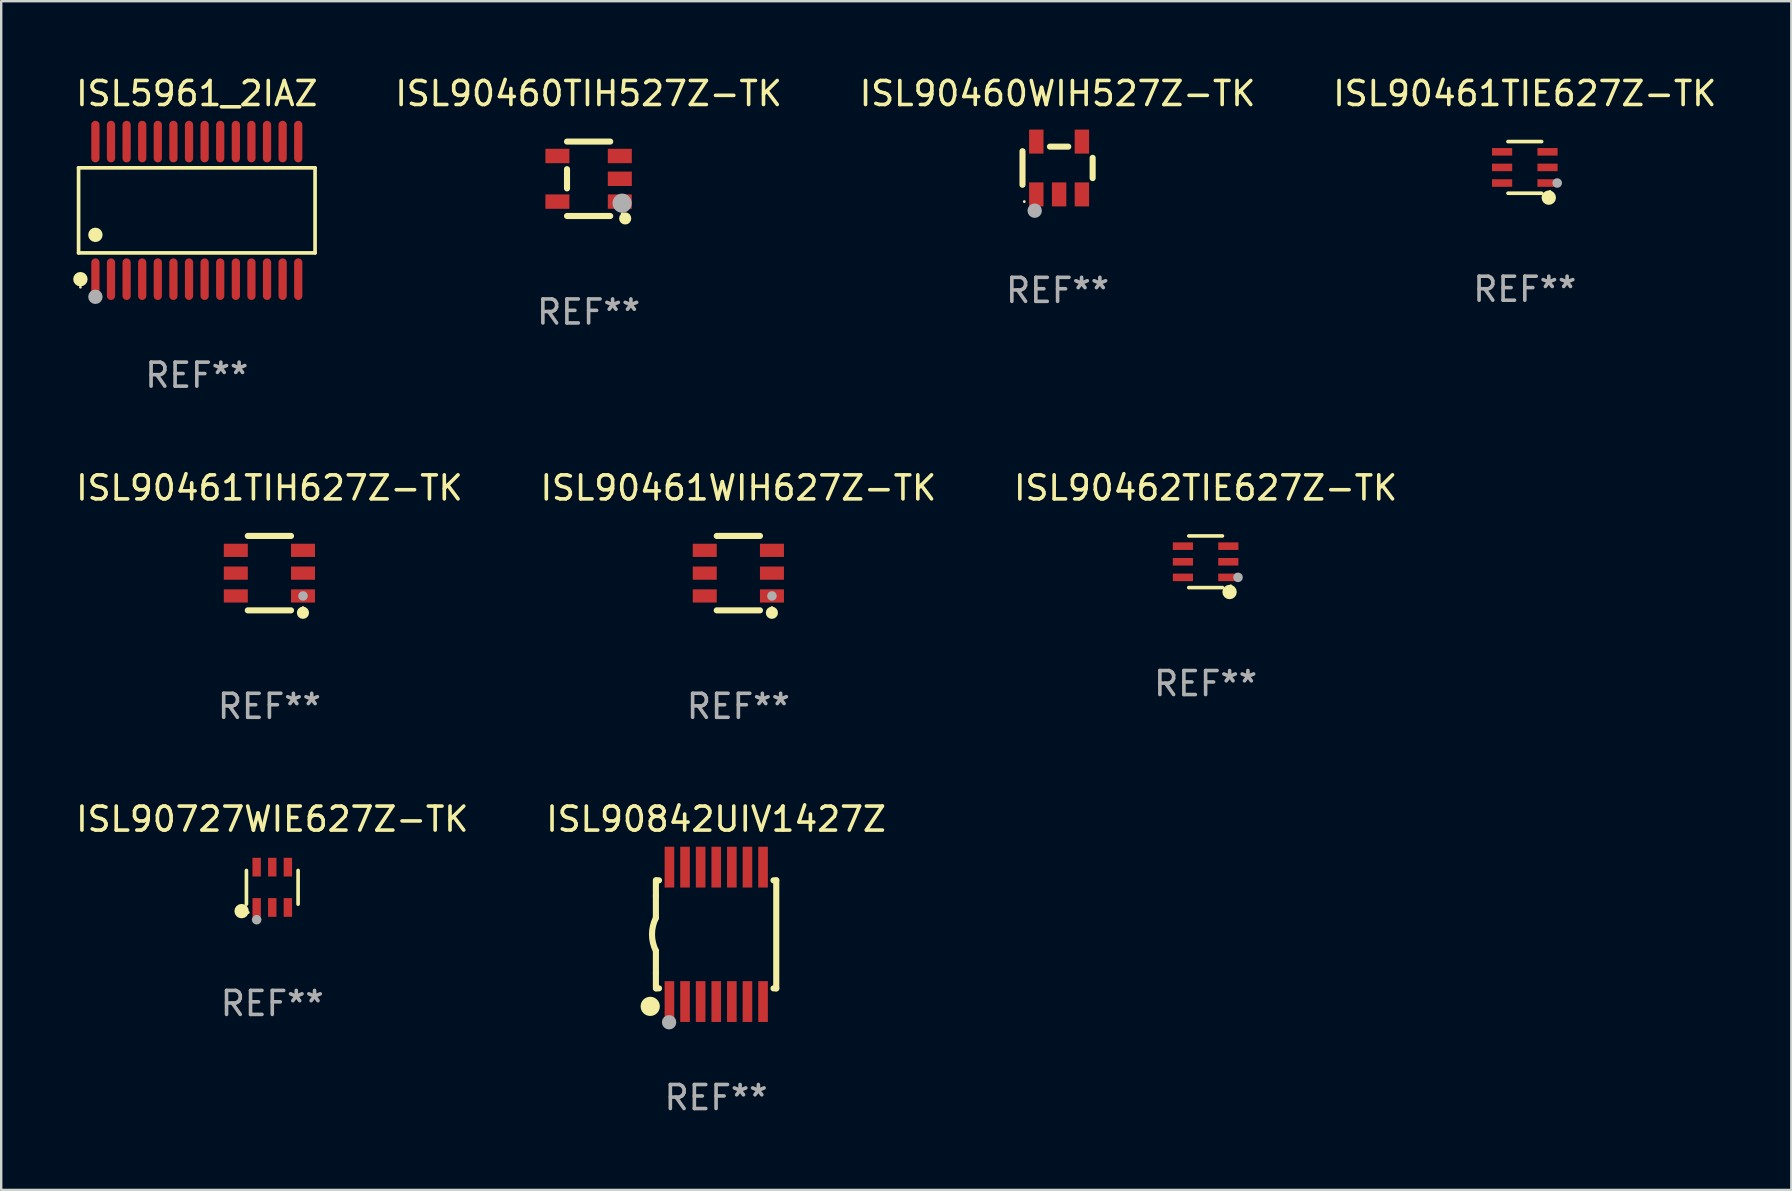
<source format=kicad_pcb>
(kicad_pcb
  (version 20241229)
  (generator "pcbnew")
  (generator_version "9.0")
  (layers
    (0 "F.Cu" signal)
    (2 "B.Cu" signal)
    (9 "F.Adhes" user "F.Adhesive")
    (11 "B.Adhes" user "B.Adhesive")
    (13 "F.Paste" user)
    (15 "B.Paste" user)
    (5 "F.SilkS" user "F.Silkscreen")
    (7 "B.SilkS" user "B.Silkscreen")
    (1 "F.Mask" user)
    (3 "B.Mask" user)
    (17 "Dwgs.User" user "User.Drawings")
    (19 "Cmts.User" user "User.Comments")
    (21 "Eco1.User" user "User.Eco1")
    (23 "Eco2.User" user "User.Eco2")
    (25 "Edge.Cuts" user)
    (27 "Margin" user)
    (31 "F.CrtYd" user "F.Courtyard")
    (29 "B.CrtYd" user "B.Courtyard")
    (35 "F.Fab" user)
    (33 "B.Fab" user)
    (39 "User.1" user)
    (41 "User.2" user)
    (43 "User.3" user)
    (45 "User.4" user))
  (footprint "ISL90842UIV1427Z"
    (layer "F.Cu")
    (at 26.78 35.873)
    (property "Reference" "ISL90842UIV1427Z" (at 0 -4.8 0) (layer "F.SilkS") (effects (font (size 1 1) (thickness 0.15))))
    (attr through_hole)
    (fp_line (start -2.507 -1.6) (end -2.507 -2.25) (stroke (width 0.254) (type solid)) (layer "F.SilkS"))
    (fp_line (start -2.507 -0.686) (end -2.507 -1.6) (stroke (width 0.254) (type solid)) (layer "F.SilkS"))
    (fp_line (start -2.507 1.6) (end -2.507 0.686) (stroke (width 0.254) (type solid)) (layer "F.SilkS"))
    (fp_line (start -2.507 1.6) (end -2.507 2.25) (stroke (width 0.254) (type solid)) (layer "F.SilkS"))
    (fp_line (start -2.493 -2.25) (end -2.377 -2.25) (stroke (width 0.254) (type solid)) (layer "F.SilkS"))
    (fp_line (start -2.377 2.25) (end -2.493 2.25) (stroke (width 0.254) (type solid)) (layer "F.SilkS"))
    (fp_line (start 2.392 -2.25) (end 2.507 -2.25) (stroke (width 0.254) (type solid)) (layer "F.SilkS"))
    (fp_line (start 2.507 -2.25) (end 2.507 2.25) (stroke (width 0.254) (type solid)) (layer "F.SilkS"))
    (fp_line (start 2.507 2.25) (end 2.392 2.25) (stroke (width 0.254) (type solid)) (layer "F.SilkS"))
    (fp_arc (start -2.507303 0.685802) (mid -2.669199 0) (end -2.507303 -0.685801) (stroke (width 0.254001) (type solid)) (layer "F.SilkS"))
    (fp_circle (center -2.743 3) (end -2.543 3) (stroke (width 0.4) (type solid)) (fill no) (layer "F.SilkS"))
    (fp_circle (center -2.493 3.2) (end -2.463 3.2) (stroke (width 0.06) (type solid)) (fill no) (layer "F.SilkS"))
    (fp_circle (center -1.957 3.662) (end -1.807 3.662) (stroke (width 0.3) (type solid)) (fill no) (layer "F.Fab"))
    (fp_text user "REF**" (at 0 6.8 0) (layer "F.Fab") (effects (font (size 1 1) (thickness 0.15))))
    (pad "1" smd rect (at -1.943 2.8) (size 0.4 1.7) (layers "F.Cu" "F.Mask" "F.Paste"))
    (pad "2" smd rect (at -1.293 2.8) (size 0.4 1.7) (layers "F.Cu" "F.Mask" "F.Paste"))
    (pad "3" smd rect (at -0.643 2.8) (size 0.4 1.7) (layers "F.Cu" "F.Mask" "F.Paste"))
    (pad "4" smd rect (at 0.007 2.8) (size 0.4 1.7) (layers "F.Cu" "F.Mask" "F.Paste"))
    (pad "5" smd rect (at 0.657 2.8) (size 0.4 1.7) (layers "F.Cu" "F.Mask" "F.Paste"))
    (pad "6" smd rect (at 1.307 2.8) (size 0.4 1.7) (layers "F.Cu" "F.Mask" "F.Paste"))
    (pad "7" smd rect (at 1.957 2.8) (size 0.4 1.7) (layers "F.Cu" "F.Mask" "F.Paste"))
    (pad "8" smd rect (at 1.957 -2.8) (size 0.4 1.7) (layers "F.Cu" "F.Mask" "F.Paste"))
    (pad "9" smd rect (at 1.307 -2.8) (size 0.4 1.7) (layers "F.Cu" "F.Mask" "F.Paste"))
    (pad "10" smd rect (at 0.657 -2.8) (size 0.4 1.7) (layers "F.Cu" "F.Mask" "F.Paste"))
    (pad "11" smd rect (at 0.007 -2.8) (size 0.4 1.7) (layers "F.Cu" "F.Mask" "F.Paste"))
    (pad "12" smd rect (at -0.643 -2.8) (size 0.4 1.7) (layers "F.Cu" "F.Mask" "F.Paste"))
    (pad "13" smd rect (at -1.293 -2.8) (size 0.4 1.7) (layers "F.Cu" "F.Mask" "F.Paste"))
    (pad "14" smd rect (at -1.943 -2.8) (size 0.4 1.7) (layers "F.Cu" "F.Mask" "F.Paste")))
  (footprint "ISL5961_2IAZ"
    (layer "F.Cu")
    (at 5.149 5.714)
    (property "Reference" "ISL5961_2IAZ" (at 0 -4.866 0) (layer "F.SilkS") (effects (font (size 1 1) (thickness 0.15))))
    (attr through_hole)
    (fp_line (start -4.926 -1.772) (end 4.926 -1.772) (stroke (width 0.152) (type solid)) (layer "F.SilkS"))
    (fp_line (start -4.926 1.771) (end -4.926 -1.772) (stroke (width 0.152) (type solid)) (layer "F.SilkS"))
    (fp_line (start 4.926 -1.772) (end 4.926 1.771) (stroke (width 0.152) (type solid)) (layer "F.SilkS"))
    (fp_line (start 4.926 1.771) (end -4.926 1.771) (stroke (width 0.152) (type solid)) (layer "F.SilkS"))
    (fp_circle (center -4.85 3.2) (end -4.82 3.2) (stroke (width 0.06) (type solid)) (fill no) (layer "F.SilkS"))
    (fp_circle (center -4.849 2.866) (end -4.699 2.866) (stroke (width 0.3) (type solid)) (fill no) (layer "F.SilkS"))
    (fp_circle (center -4.225 1.019) (end -4.075 1.019) (stroke (width 0.3) (type solid)) (fill no) (layer "F.SilkS"))
    (fp_circle (center -4.225 3.6) (end -4.075 3.6) (stroke (width 0.3) (type solid)) (fill no) (layer "F.Fab"))
    (fp_text user "REF**" (at 0 6.866 0) (layer "F.Fab") (effects (font (size 1 1) (thickness 0.15))))
    (pad "1" smd oval (at -4.225 2.866) (size 0.343 1.731) (layers "F.Cu" "F.Mask" "F.Paste"))
    (pad "2" smd oval (at -3.575 2.866) (size 0.343 1.731) (layers "F.Cu" "F.Mask" "F.Paste"))
    (pad "3" smd oval (at -2.925 2.866) (size 0.343 1.731) (layers "F.Cu" "F.Mask" "F.Paste"))
    (pad "4" smd oval (at -2.275 2.866) (size 0.343 1.731) (layers "F.Cu" "F.Mask" "F.Paste"))
    (pad "5" smd oval (at -1.625 2.866) (size 0.343 1.731) (layers "F.Cu" "F.Mask" "F.Paste"))
    (pad "6" smd oval (at -0.975 2.866) (size 0.343 1.731) (layers "F.Cu" "F.Mask" "F.Paste"))
    (pad "7" smd oval (at -0.325 2.866) (size 0.343 1.731) (layers "F.Cu" "F.Mask" "F.Paste"))
    (pad "8" smd oval (at 0.325 2.866) (size 0.343 1.731) (layers "F.Cu" "F.Mask" "F.Paste"))
    (pad "9" smd oval (at 0.975 2.866) (size 0.343 1.731) (layers "F.Cu" "F.Mask" "F.Paste"))
    (pad "10" smd oval (at 1.625 2.866) (size 0.343 1.731) (layers "F.Cu" "F.Mask" "F.Paste"))
    (pad "11" smd oval (at 2.275 2.866) (size 0.343 1.731) (layers "F.Cu" "F.Mask" "F.Paste"))
    (pad "12" smd oval (at 2.925 2.866) (size 0.343 1.731) (layers "F.Cu" "F.Mask" "F.Paste"))
    (pad "13" smd oval (at 3.575 2.866) (size 0.343 1.731) (layers "F.Cu" "F.Mask" "F.Paste"))
    (pad "14" smd oval (at 4.225 2.866) (size 0.343 1.731) (layers "F.Cu" "F.Mask" "F.Paste"))
    (pad "15" smd oval (at 4.225 -2.866) (size 0.343 1.731) (layers "F.Cu" "F.Mask" "F.Paste"))
    (pad "16" smd oval (at 3.575 -2.866) (size 0.343 1.731) (layers "F.Cu" "F.Mask" "F.Paste"))
    (pad "17" smd oval (at 2.925 -2.866) (size 0.343 1.731) (layers "F.Cu" "F.Mask" "F.Paste"))
    (pad "18" smd oval (at 2.275 -2.866) (size 0.343 1.731) (layers "F.Cu" "F.Mask" "F.Paste"))
    (pad "19" smd oval (at 1.625 -2.866) (size 0.343 1.731) (layers "F.Cu" "F.Mask" "F.Paste"))
    (pad "20" smd oval (at 0.975 -2.866) (size 0.343 1.731) (layers "F.Cu" "F.Mask" "F.Paste"))
    (pad "21" smd oval (at 0.325 -2.866) (size 0.343 1.731) (layers "F.Cu" "F.Mask" "F.Paste"))
    (pad "22" smd oval (at -0.325 -2.866) (size 0.343 1.731) (layers "F.Cu" "F.Mask" "F.Paste"))
    (pad "23" smd oval (at -0.975 -2.866) (size 0.343 1.731) (layers "F.Cu" "F.Mask" "F.Paste"))
    (pad "24" smd oval (at -1.625 -2.866) (size 0.343 1.731) (layers "F.Cu" "F.Mask" "F.Paste"))
    (pad "25" smd oval (at -2.275 -2.866) (size 0.343 1.731) (layers "F.Cu" "F.Mask" "F.Paste"))
    (pad "26" smd oval (at -2.925 -2.866) (size 0.343 1.731) (layers "F.Cu" "F.Mask" "F.Paste"))
    (pad "27" smd oval (at -3.575 -2.866) (size 0.343 1.731) (layers "F.Cu" "F.Mask" "F.Paste"))
    (pad "28" smd oval (at -4.225 -2.866) (size 0.343 1.731) (layers "F.Cu" "F.Mask" "F.Paste")))
  (footprint "ISL90727WIE627Z-TK"
    (layer "F.Cu")
    (at 8.292 33.913)
    (property "Reference" "ISL90727WIE627Z-TK" (at 0 -2.84 0) (layer "F.SilkS") (effects (font (size 1 1) (thickness 0.15))))
    (attr through_hole)
    (fp_line (start -1.076 0.701) (end -1.076 -0.701) (stroke (width 0.152) (type solid)) (layer "F.SilkS"))
    (fp_line (start 1.076 0.701) (end 1.076 -0.701) (stroke (width 0.152) (type solid)) (layer "F.SilkS"))
    (fp_circle (center -1.277 0.992) (end -1.127 0.992) (stroke (width 0.3) (type solid)) (fill no) (layer "F.SilkS"))
    (fp_circle (center -1 1.05) (end -0.97 1.05) (stroke (width 0.06) (type solid)) (fill no) (layer "F.SilkS"))
    (fp_circle (center -0.65 1.35) (end -0.55 1.35) (stroke (width 0.2) (type solid)) (fill no) (layer "F.Fab"))
    (fp_text user "REF**" (at 0 4.84 0) (layer "F.Fab") (effects (font (size 1 1) (thickness 0.15))))
    (pad "1" smd rect (at -0.65 0.84) (size 0.35 0.78) (layers "F.Cu" "F.Mask" "F.Paste"))
    (pad "2" smd rect (at 0 0.84) (size 0.35 0.78) (layers "F.Cu" "F.Mask" "F.Paste"))
    (pad "3" smd rect (at 0.65 0.84) (size 0.35 0.78) (layers "F.Cu" "F.Mask" "F.Paste"))
    (pad "4" smd rect (at 0.65 -0.84) (size 0.35 0.78) (layers "F.Cu" "F.Mask" "F.Paste"))
    (pad "5" smd rect (at 0 -0.84) (size 0.35 0.78) (layers "F.Cu" "F.Mask" "F.Paste"))
    (pad "6" smd rect (at -0.65 -0.84) (size 0.35 0.78) (layers "F.Cu" "F.Mask" "F.Paste")))
  (footprint "ISL90460TIH527Z-TK"
    (layer "F.Cu")
    (at 21.47 4.398)
    (property "Reference" "ISL90460TIH527Z-TK" (at 0 -3.55 0) (layer "F.SilkS") (effects (font (size 1 1) (thickness 0.15))))
    (attr through_hole)
    (fp_line (start -0.9 -1.55) (end 0.9 -1.55) (stroke (width 0.254) (type solid)) (layer "F.SilkS"))
    (fp_line (start -0.9 0.4) (end -0.9 -0.4) (stroke (width 0.254) (type solid)) (layer "F.SilkS"))
    (fp_line (start -0.9 1.55) (end 0.9 1.55) (stroke (width 0.254) (type solid)) (layer "F.SilkS"))
    (fp_circle (center 1.4 1.45) (end 1.43 1.45) (stroke (width 0.06) (type solid)) (fill no) (layer "F.SilkS"))
    (fp_circle (center 1.524 1.651) (end 1.651 1.651) (stroke (width 0.254) (type solid)) (fill no) (layer "F.SilkS"))
    (fp_circle (center 1.397 1.016) (end 1.597 1.016) (stroke (width 0.4) (type solid)) (fill no) (layer "F.Fab"))
    (fp_text user "REF**" (at 0 5.55 0) (layer "F.Fab") (effects (font (size 1 1) (thickness 0.15))))
    (pad "1" smd rect (at 1.3 0.95) (size 1 0.6) (layers "F.Cu" "F.Mask" "F.Paste"))
    (pad "2" smd rect (at 1.3 -0.000051) (size 1 0.6) (layers "F.Cu" "F.Mask" "F.Paste"))
    (pad "3" smd rect (at 1.3 -0.95) (size 1 0.6) (layers "F.Cu" "F.Mask" "F.Paste"))
    (pad "4" smd rect (at -1.3 -0.95) (size 1 0.6) (layers "F.Cu" "F.Mask" "F.Paste"))
    (pad "5" smd rect (at -1.3 0.95) (size 1 0.6) (layers "F.Cu" "F.Mask" "F.Paste")))
  (footprint "ISL90460WIH527Z-TK"
    (layer "F.Cu")
    (at 41.006 3.948)
    (property "Reference" "ISL90460WIH527Z-TK" (at 0 -3.1 0) (layer "F.SilkS") (effects (font (size 1 1) (thickness 0.15))))
    (attr through_hole)
    (fp_line (start -1.461 -0.699) (end -1.461 0.699) (stroke (width 0.254) (type solid)) (layer "F.SilkS"))
    (fp_line (start -0.318 -0.889) (end 0.445 -0.889) (stroke (width 0.254) (type solid)) (layer "F.SilkS"))
    (fp_line (start 1.461 -0.422) (end 1.461 0.422) (stroke (width 0.254) (type solid)) (layer "F.SilkS"))
    (fp_circle (center -1.387 1.4) (end -1.357 1.4) (stroke (width 0.06) (type solid)) (fill no) (layer "F.SilkS"))
    (fp_circle (center -0.953 1.778) (end -0.802 1.778) (stroke (width 0.3) (type solid)) (fill no) (layer "F.Fab"))
    (fp_text user "REF**" (at 0 5.1 0) (layer "F.Fab") (effects (font (size 1 1) (thickness 0.15))))
    (pad "1" smd rect (at -0.886 1.1) (size 0.6 1) (layers "F.Cu" "F.Mask" "F.Paste"))
    (pad "2" smd rect (at 0.064 1.1) (size 0.6 1) (layers "F.Cu" "F.Mask" "F.Paste"))
    (pad "3" smd rect (at 1.013 1.1) (size 0.6 1) (layers "F.Cu" "F.Mask" "F.Paste"))
    (pad "4" smd rect (at 1.013 -1.1) (size 0.6 1) (layers "F.Cu" "F.Mask" "F.Paste"))
    (pad "5" smd rect (at -0.886 -1.1) (size 0.6 1) (layers "F.Cu" "F.Mask" "F.Paste")))
  (footprint "ISL90461WIH627Z-TK"
    (layer "F.Cu")
    (at 27.708 20.826)
    (property "Reference" "ISL90461WIH627Z-TK" (at 0 -3.55 0) (layer "F.SilkS") (effects (font (size 1 1) (thickness 0.15))))
    (attr through_hole)
    (fp_line (start -0.9 -1.55) (end 0.9 -1.55) (stroke (width 0.254) (type solid)) (layer "F.SilkS"))
    (fp_line (start -0.9 1.55) (end 0.9 1.55) (stroke (width 0.254) (type solid)) (layer "F.SilkS"))
    (fp_circle (center 1.397 1.651) (end 1.524 1.651) (stroke (width 0.254) (type solid)) (fill no) (layer "F.SilkS"))
    (fp_circle (center 1.4 1.435) (end 1.43 1.435) (stroke (width 0.06) (type solid)) (fill no) (layer "F.SilkS"))
    (fp_circle (center 1.4 0.95) (end 1.5 0.95) (stroke (width 0.2) (type solid)) (fill no) (layer "F.Fab"))
    (fp_text user "REF**" (at 0 5.55 0) (layer "F.Fab") (effects (font (size 1 1) (thickness 0.15))))
    (pad "1" smd rect (at 1.4 0.95) (size 1 0.55) (layers "F.Cu" "F.Mask" "F.Paste"))
    (pad "2" smd rect (at 1.4 -0.000102) (size 1 0.55) (layers "F.Cu" "F.Mask" "F.Paste"))
    (pad "3" smd rect (at 1.4 -0.95) (size 1 0.55) (layers "F.Cu" "F.Mask" "F.Paste"))
    (pad "4" smd rect (at -1.4 -0.95) (size 1 0.55) (layers "F.Cu" "F.Mask" "F.Paste"))
    (pad "5" smd rect (at -1.4 -0.000102) (size 1 0.55) (layers "F.Cu" "F.Mask" "F.Paste"))
    (pad "6" smd rect (at -1.4 0.95) (size 1 0.55) (layers "F.Cu" "F.Mask" "F.Paste")))
  (footprint "ISL90461TIH627Z-TK"
    (layer "F.Cu")
    (at 8.173 20.826)
    (property "Reference" "ISL90461TIH627Z-TK" (at 0 -3.55 0) (layer "F.SilkS") (effects (font (size 1 1) (thickness 0.15))))
    (attr through_hole)
    (fp_line (start -0.9 -1.55) (end 0.9 -1.55) (stroke (width 0.254) (type solid)) (layer "F.SilkS"))
    (fp_line (start -0.9 1.55) (end 0.9 1.55) (stroke (width 0.254) (type solid)) (layer "F.SilkS"))
    (fp_circle (center 1.397 1.651) (end 1.524 1.651) (stroke (width 0.254) (type solid)) (fill no) (layer "F.SilkS"))
    (fp_circle (center 1.4 1.435) (end 1.43 1.435) (stroke (width 0.06) (type solid)) (fill no) (layer "F.SilkS"))
    (fp_circle (center 1.4 0.95) (end 1.5 0.95) (stroke (width 0.2) (type solid)) (fill no) (layer "F.Fab"))
    (fp_text user "REF**" (at 0 5.55 0) (layer "F.Fab") (effects (font (size 1 1) (thickness 0.15))))
    (pad "1" smd rect (at 1.4 0.95) (size 1 0.55) (layers "F.Cu" "F.Mask" "F.Paste"))
    (pad "2" smd rect (at 1.4 -0.000102) (size 1 0.55) (layers "F.Cu" "F.Mask" "F.Paste"))
    (pad "3" smd rect (at 1.4 -0.95) (size 1 0.55) (layers "F.Cu" "F.Mask" "F.Paste"))
    (pad "4" smd rect (at -1.4 -0.95) (size 1 0.55) (layers "F.Cu" "F.Mask" "F.Paste"))
    (pad "5" smd rect (at -1.4 -0.000102) (size 1 0.55) (layers "F.Cu" "F.Mask" "F.Paste"))
    (pad "6" smd rect (at -1.4 0.95) (size 1 0.55) (layers "F.Cu" "F.Mask" "F.Paste")))
  (footprint "ISL90461TIE627Z-TK"
    (layer "F.Cu")
    (at 60.47 3.924)
    (property "Reference" "ISL90461TIE627Z-TK" (at 0 -3.076 0) (layer "F.SilkS") (effects (font (size 1 1) (thickness 0.15))))
    (attr through_hole)
    (fp_line (start 0.701 -1.076) (end -0.701 -1.076) (stroke (width 0.152) (type solid)) (layer "F.SilkS"))
    (fp_line (start 0.701 1.076) (end -0.701 1.076) (stroke (width 0.152) (type solid)) (layer "F.SilkS"))
    (fp_circle (center 0.998 1.26) (end 1.148 1.26) (stroke (width 0.3) (type solid)) (fill no) (layer "F.SilkS"))
    (fp_circle (center 1.05 1) (end 1.08 1) (stroke (width 0.06) (type solid)) (fill no) (layer "F.SilkS"))
    (fp_circle (center 1.35 0.65) (end 1.45 0.65) (stroke (width 0.2) (type solid)) (fill no) (layer "F.Fab"))
    (fp_text user "REF**" (at 0 5.076 0) (layer "F.Fab") (effects (font (size 1 1) (thickness 0.15))))
    (pad "1" smd rect (at 0.946 0.65) (size 0.841 0.315) (layers "F.Cu" "F.Mask" "F.Paste"))
    (pad "2" smd rect (at 0.946 0) (size 0.841 0.315) (layers "F.Cu" "F.Mask" "F.Paste"))
    (pad "3" smd rect (at 0.946 -0.65) (size 0.841 0.315) (layers "F.Cu" "F.Mask" "F.Paste"))
    (pad "4" smd rect (at -0.946 -0.65) (size 0.841 0.315) (layers "F.Cu" "F.Mask" "F.Paste"))
    (pad "5" smd rect (at -0.946 0) (size 0.841 0.315) (layers "F.Cu" "F.Mask" "F.Paste"))
    (pad "6" smd rect (at -0.946 0.65) (size 0.841 0.315) (layers "F.Cu" "F.Mask" "F.Paste")))
  (footprint "ISL90462TIE627Z-TK"
    (layer "F.Cu")
    (at 47.173 20.352)
    (property "Reference" "ISL90462TIE627Z-TK" (at 0 -3.076 0) (layer "F.SilkS") (effects (font (size 1 1) (thickness 0.15))))
    (attr through_hole)
    (fp_line (start 0.701 -1.076) (end -0.701 -1.076) (stroke (width 0.152) (type solid)) (layer "F.SilkS"))
    (fp_line (start 0.701 1.076) (end -0.701 1.076) (stroke (width 0.152) (type solid)) (layer "F.SilkS"))
    (fp_circle (center 0.998 1.26) (end 1.148 1.26) (stroke (width 0.3) (type solid)) (fill no) (layer "F.SilkS"))
    (fp_circle (center 1.05 1) (end 1.08 1) (stroke (width 0.06) (type solid)) (fill no) (layer "F.SilkS"))
    (fp_circle (center 1.35 0.65) (end 1.45 0.65) (stroke (width 0.2) (type solid)) (fill no) (layer "F.Fab"))
    (fp_text user "REF**" (at 0 5.076 0) (layer "F.Fab") (effects (font (size 1 1) (thickness 0.15))))
    (pad "1" smd rect (at 0.946 0.65) (size 0.841 0.315) (layers "F.Cu" "F.Mask" "F.Paste"))
    (pad "2" smd rect (at 0.946 0) (size 0.841 0.315) (layers "F.Cu" "F.Mask" "F.Paste"))
    (pad "3" smd rect (at 0.946 -0.65) (size 0.841 0.315) (layers "F.Cu" "F.Mask" "F.Paste"))
    (pad "4" smd rect (at -0.946 -0.65) (size 0.841 0.315) (layers "F.Cu" "F.Mask" "F.Paste"))
    (pad "5" smd rect (at -0.946 0) (size 0.841 0.315) (layers "F.Cu" "F.Mask" "F.Paste"))
    (pad "6" smd rect (at -0.946 0.65) (size 0.841 0.315) (layers "F.Cu" "F.Mask" "F.Paste")))
  (gr_rect
    (start -3 -3)
    (end 71.572 46.521)
    (stroke (width 0.1) (type default))
    (fill no)
    (layer "Edge.Cuts")))
</source>
